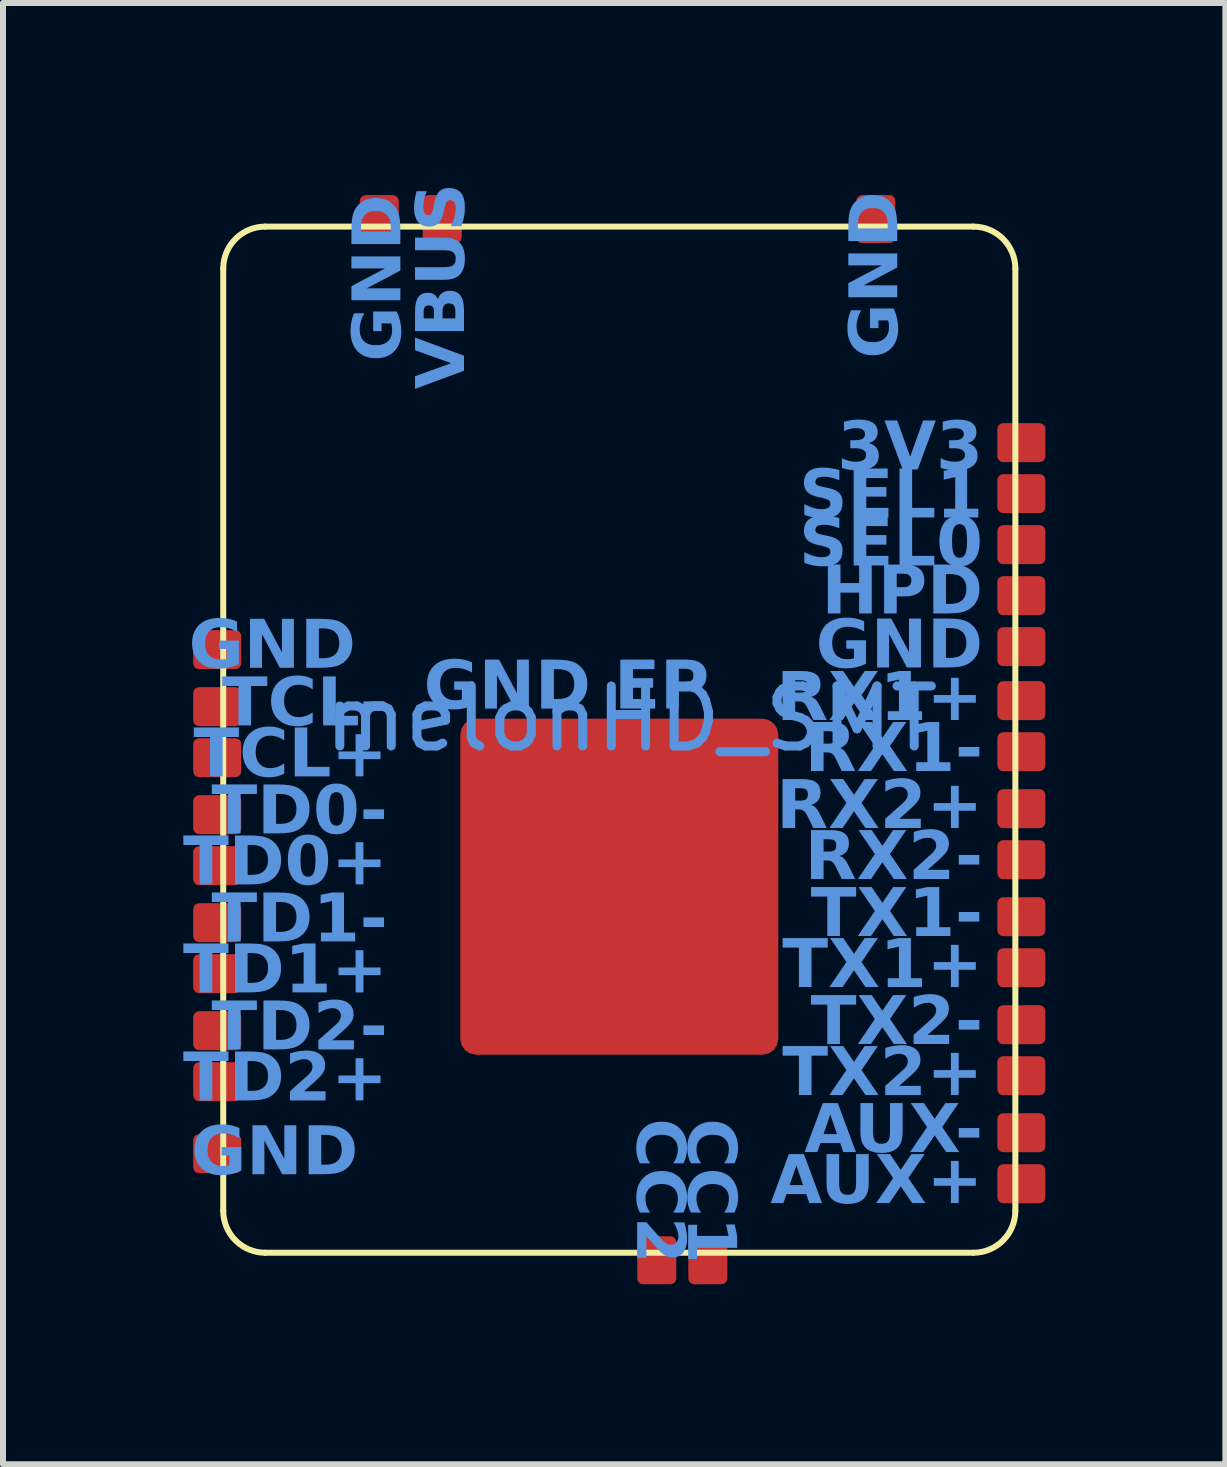
<source format=kicad_pcb>
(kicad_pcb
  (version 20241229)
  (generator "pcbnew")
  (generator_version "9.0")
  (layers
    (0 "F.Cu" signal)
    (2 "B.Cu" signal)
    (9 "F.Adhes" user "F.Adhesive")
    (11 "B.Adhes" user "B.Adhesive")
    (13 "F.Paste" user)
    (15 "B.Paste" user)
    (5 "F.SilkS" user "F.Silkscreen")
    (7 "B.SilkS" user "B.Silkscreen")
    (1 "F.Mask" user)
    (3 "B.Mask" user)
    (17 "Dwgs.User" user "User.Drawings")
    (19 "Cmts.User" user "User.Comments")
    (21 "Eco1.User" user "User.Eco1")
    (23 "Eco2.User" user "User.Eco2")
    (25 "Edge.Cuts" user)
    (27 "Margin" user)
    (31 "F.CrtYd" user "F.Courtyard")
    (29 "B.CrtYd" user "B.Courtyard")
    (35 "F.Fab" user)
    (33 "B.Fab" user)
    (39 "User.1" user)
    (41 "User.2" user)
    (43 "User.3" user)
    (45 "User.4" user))
  (footprint "melonHD_SMT"
    (layer "F.Cu")
    (at 7.47 9.426)
    (property "Reference" "melonHD_SMT" (at 0 -0.5 0) (unlocked yes) (layer "Cmts.User") (effects (font (size 1 1) (thickness 0.15))))
    (attr smd)
    (fp_line (start -6.8 7.7) (end -6.8 -8) (stroke (width 0.1) (type default)) (layer "F.SilkS"))
    (fp_line (start -6.1 -8.7) (end 5.7 -8.7) (stroke (width 0.1) (type default)) (layer "F.SilkS"))
    (fp_line (start 5.7 8.4) (end -6.1 8.4) (stroke (width 0.1) (type default)) (layer "F.SilkS"))
    (fp_line (start 6.4 -8) (end 6.4 7.7) (stroke (width 0.1) (type default)) (layer "F.SilkS"))
    (fp_arc (start -6.8 -8) (mid -6.594975 -8.494975) (end -6.1 -8.7) (stroke (width 0.1) (type default)) (layer "F.SilkS"))
    (fp_arc (start -6.1 8.4) (mid -6.594975 8.194975) (end -6.8 7.7) (stroke (width 0.1) (type default)) (layer "F.SilkS"))
    (fp_arc (start 5.7 -8.7) (mid 6.194975 -8.494975) (end 6.4 -8) (stroke (width 0.1) (type default)) (layer "F.SilkS"))
    (fp_arc (start 6.4 7.7) (mid 6.194975 8.194975) (end 5.7 8.4) (stroke (width 0.1) (type default)) (layer "F.SilkS"))
    (fp_text user "TD2-" (at -4.06 4.68 0) (unlocked yes) (layer "Cmts.User") (effects (font (face "AVHershey Duplex") (size 0.8 0.8) (thickness 0.2) (bold yes)) (justify right)))
    (fp_text user "RX2+" (at 5.86 0.99 0) (unlocked yes) (layer "Cmts.User") (effects (font (face "AVHershey Duplex") (size 0.8 0.8) (thickness 0.2) (bold yes)) (justify right)))
    (fp_text user "TX1+" (at 5.86 3.64 0) (unlocked yes) (layer "Cmts.User") (effects (font (face "AVHershey Duplex") (size 0.8 0.8) (thickness 0.2) (bold yes)) (justify right)))
    (fp_text user "TX2+" (at 5.86 5.44 0) (unlocked yes) (layer "Cmts.User") (effects (font (face "AVHershey Duplex") (size 0.8 0.8) (thickness 0.2) (bold yes)) (justify right)))
    (fp_text user "AUX-" (at 5.86 6.39 0) (unlocked yes) (layer "Cmts.User") (effects (font (face "AVHershey Duplex") (size 0.8 0.8) (thickness 0.2) (bold yes)) (justify right)))
    (fp_text user "TD0-" (at -4.06 1.08 0) (unlocked yes) (layer "Cmts.User") (effects (font (face "AVHershey Duplex") (size 0.8 0.8) (thickness 0.2) (bold yes)) (justify right)))
    (fp_text user "GND EP" (at 1.3 -1 0) (unlocked yes) (layer "Cmts.User") (effects (font (face "AVHershey Duplex") (size 0.8 0.8) (thickness 0.2) (bold yes)) (justify right)))
    (fp_text user "TD1+" (at -4.06 3.73 0) (unlocked yes) (layer "Cmts.User") (effects (font (face "AVHershey Duplex") (size 0.8 0.8) (thickness 0.2) (bold yes)) (justify right)))
    (fp_text user "SEL1" (at 5.86 -4.185 0) (unlocked yes) (layer "Cmts.User") (effects (font (face "AVHershey Duplex") (size 0.8 0.8) (thickness 0.2) (bold yes)) (justify right)))
    (fp_text user "TD2+" (at -4.06 5.53 0) (unlocked yes) (layer "Cmts.User") (effects (font (face "AVHershey Duplex") (size 0.8 0.8) (thickness 0.2) (bold yes)) (justify right)))
    (fp_text user "CC2" (at 0.43 6.16 270) (unlocked yes) (layer "Cmts.User") (effects (font (face "AVHershey Duplex") (size 0.8 0.8) (thickness 0.2) (bold yes)) (justify left)))
    (fp_text user "GND" (at -4.59 -1.68 0) (unlocked yes) (layer "Cmts.User") (effects (font (face "AVHershey Duplex") (size 0.8 0.8) (thickness 0.2) (bold yes)) (justify right)))
    (fp_text user "RX1-" (at 5.86 0.04 0) (unlocked yes) (layer "Cmts.User") (effects (font (face "AVHershey Duplex") (size 0.8 0.8) (thickness 0.2) (bold yes)) (justify right)))
    (fp_text user "GND" (at -4.18 -6.45 90) (unlocked yes) (layer "Cmts.User") (effects (font (face "AVHershey Duplex") (size 0.8 0.8) (thickness 0.2) (bold yes)) (justify left)))
    (fp_text user "RX2-" (at 5.86 1.84 0) (unlocked yes) (layer "Cmts.User") (effects (font (face "AVHershey Duplex") (size 0.8 0.8) (thickness 0.2) (bold yes)) (justify right)))
    (fp_text user "TCL+" (at -4.06 0.13 0) (unlocked yes) (layer "Cmts.User") (effects (font (face "AVHershey Duplex") (size 0.8 0.8) (thickness 0.2) (bold yes)) (justify right)))
    (fp_text user "TX1-" (at 5.86 2.79 0) (unlocked yes) (layer "Cmts.User") (effects (font (face "AVHershey Duplex") (size 0.8 0.8) (thickness 0.2) (bold yes)) (justify right)))
    (fp_text user "TD1-" (at -4.06 2.88 0) (unlocked yes) (layer "Cmts.User") (effects (font (face "AVHershey Duplex") (size 0.8 0.8) (thickness 0.2) (bold yes)) (justify right)))
    (fp_text user "VBUS" (at -3.12 -5.99 90) (unlocked yes) (layer "Cmts.User") (effects (font (face "AVHershey Duplex") (size 0.8 0.8) (thickness 0.2) (bold yes)) (justify left)))
    (fp_text user "AUX+" (at 5.86 7.24 0) (unlocked yes) (layer "Cmts.User") (effects (font (face "AVHershey Duplex") (size 0.8 0.8) (thickness 0.2) (bold yes)) (justify right)))
    (fp_text user "GND" (at 4.1 -6.5 90) (unlocked yes) (layer "Cmts.User") (effects (font (face "AVHershey Duplex") (size 0.8 0.8) (thickness 0.2) (bold yes)) (justify left)))
    (fp_text user "CC1" (at 1.28 6.16 270) (unlocked yes) (layer "Cmts.User") (effects (font (face "AVHershey Duplex") (size 0.8 0.8) (thickness 0.2) (bold yes)) (justify left)))
    (fp_text user "TCL-" (at -4.06 -0.72 0) (unlocked yes) (layer "Cmts.User") (effects (font (face "AVHershey Duplex") (size 0.8 0.8) (thickness 0.2) (bold yes)) (justify right)))
    (fp_text user "TD0+" (at -4.06 1.93 0) (unlocked yes) (layer "Cmts.User") (effects (font (face "AVHershey Duplex") (size 0.8 0.8) (thickness 0.2) (bold yes)) (justify right)))
    (fp_text user "GND" (at -4.55 6.76 0) (unlocked yes) (layer "Cmts.User") (effects (font (face "AVHershey Duplex") (size 0.8 0.8) (thickness 0.2) (bold yes)) (justify right)))
    (fp_text user "HPD" (at 5.86 -2.585 0) (unlocked yes) (layer "Cmts.User") (effects (font (face "AVHershey Duplex") (size 0.8 0.8) (thickness 0.2) (bold yes)) (justify right)))
    (fp_text user "RX1+" (at 5.86 -0.81 0) (unlocked yes) (layer "Cmts.User") (effects (font (face "AVHershey Duplex") (size 0.8 0.8) (thickness 0.2) (bold yes)) (justify right)))
    (fp_text user "GND" (at 5.86 -1.685 0) (unlocked yes) (layer "Cmts.User") (effects (font (face "AVHershey Duplex") (size 0.8 0.8) (thickness 0.2) (bold yes)) (justify right)))
    (fp_text user "SEL0" (at 5.86 -3.385 0) (unlocked yes) (layer "Cmts.User") (effects (font (face "AVHershey Duplex") (size 0.8 0.8) (thickness 0.2) (bold yes)) (justify right)))
    (fp_text user "TX2-" (at 5.86 4.59 0) (unlocked yes) (layer "Cmts.User") (effects (font (face "AVHershey Duplex") (size 0.8 0.8) (thickness 0.2) (bold yes)) (justify right)))
    (fp_text user "3V3" (at 5.86 -4.985 0) (unlocked yes) (layer "Cmts.User") (effects (font (face "AVHershey Duplex") (size 0.8 0.8) (thickness 0.2) (bold yes)) (justify right)))
    (pad "1" smd roundrect (at -3.15 -8.725 90) (size 0.8 0.65) (drill (offset 0.1 0)) (layers "F.Cu" "F.Mask" "F.Paste") (roundrect_rratio 0.15))
    (pad "2" smd roundrect (at -4.2 -8.725 90) (size 0.8 0.65) (drill (offset 0.1 0)) (layers "F.Cu" "F.Mask" "F.Paste") (roundrect_rratio 0.15))
    (pad "3" smd roundrect (at -6.8 -1.65 180) (size 0.8 0.65) (drill (offset 0.1 0)) (layers "F.Cu" "F.Mask" "F.Paste") (roundrect_rratio 0.15))
    (pad "4" smd roundrect (at -6.8 -0.7 180) (size 0.8 0.65) (drill (offset 0.1 0)) (layers "F.Cu" "F.Mask" "F.Paste") (roundrect_rratio 0.15))
    (pad "5" smd roundrect (at -6.8 0.15 180) (size 0.8 0.65) (drill (offset 0.1 0)) (layers "F.Cu" "F.Mask" "F.Paste") (roundrect_rratio 0.15))
    (pad "6" smd roundrect (at -6.8 1.1 180) (size 0.8 0.65) (drill (offset 0.1 0)) (layers "F.Cu" "F.Mask" "F.Paste") (roundrect_rratio 0.15))
    (pad "7" smd roundrect (at -6.8 1.95 180) (size 0.8 0.65) (drill (offset 0.1 0)) (layers "F.Cu" "F.Mask" "F.Paste") (roundrect_rratio 0.15))
    (pad "8" smd roundrect (at -6.8 2.9 180) (size 0.8 0.65) (drill (offset 0.1 0)) (layers "F.Cu" "F.Mask" "F.Paste") (roundrect_rratio 0.15))
    (pad "9" smd roundrect (at -6.8 3.75 180) (size 0.8 0.65) (drill (offset 0.1 0)) (layers "F.Cu" "F.Mask" "F.Paste") (roundrect_rratio 0.15))
    (pad "10" smd roundrect (at -6.8 4.7 180) (size 0.8 0.65) (drill (offset 0.1 0)) (layers "F.Cu" "F.Mask" "F.Paste") (roundrect_rratio 0.15))
    (pad "11" smd roundrect (at -6.8 5.55 180) (size 0.8 0.65) (drill (offset 0.1 0)) (layers "F.Cu" "F.Mask" "F.Paste") (roundrect_rratio 0.15))
    (pad "12" smd roundrect (at -6.8 6.75 180) (size 0.8 0.65) (drill (offset 0.1 0)) (layers "F.Cu" "F.Mask" "F.Paste") (roundrect_rratio 0.15))
    (pad "13" smd roundrect (at 0.425 8.425 270) (size 0.8 0.65) (drill (offset 0.1 0)) (layers "F.Cu" "F.Mask" "F.Paste") (roundrect_rratio 0.15))
    (pad "14" smd roundrect (at 1.275 8.425 270) (size 0.8 0.65) (drill (offset 0.1 0)) (layers "F.Cu" "F.Mask" "F.Paste") (roundrect_rratio 0.15))
    (pad "15" smd roundrect (at 6.4 7.25) (size 0.8 0.65) (drill (offset 0.1 0)) (layers "F.Cu" "F.Mask" "F.Paste") (roundrect_rratio 0.15))
    (pad "16" smd roundrect (at 6.4 6.4) (size 0.8 0.65) (drill (offset 0.1 0)) (layers "F.Cu" "F.Mask" "F.Paste") (roundrect_rratio 0.15))
    (pad "17" smd roundrect (at 6.4 5.45) (size 0.8 0.65) (drill (offset 0.1 0)) (layers "F.Cu" "F.Mask" "F.Paste") (roundrect_rratio 0.15))
    (pad "18" smd roundrect (at 6.4 4.6) (size 0.8 0.65) (drill (offset 0.1 0)) (layers "F.Cu" "F.Mask" "F.Paste") (roundrect_rratio 0.15))
    (pad "19" smd roundrect (at 6.4 3.65) (size 0.8 0.65) (drill (offset 0.1 0)) (layers "F.Cu" "F.Mask" "F.Paste") (roundrect_rratio 0.15))
    (pad "20" smd roundrect (at 6.4 2.8) (size 0.8 0.65) (drill (offset 0.1 0)) (layers "F.Cu" "F.Mask" "F.Paste") (roundrect_rratio 0.15))
    (pad "21" smd roundrect (at 6.4 1.85) (size 0.8 0.65) (drill (offset 0.1 0)) (layers "F.Cu" "F.Mask" "F.Paste") (roundrect_rratio 0.15))
    (pad "22" smd roundrect (at 6.4 1) (size 0.8 0.65) (drill (offset 0.1 0)) (layers "F.Cu" "F.Mask" "F.Paste") (roundrect_rratio 0.15))
    (pad "23" smd roundrect (at 6.4 0.05) (size 0.8 0.65) (drill (offset 0.1 0)) (layers "F.Cu" "F.Mask" "F.Paste") (roundrect_rratio 0.15))
    (pad "24" smd roundrect (at 6.4 -0.8) (size 0.8 0.65) (drill (offset 0.1 0)) (layers "F.Cu" "F.Mask" "F.Paste") (roundrect_rratio 0.15))
    (pad "25" smd roundrect (at 6.4 -1.7) (size 0.8 0.65) (drill (offset 0.1 0)) (layers "F.Cu" "F.Mask" "F.Paste") (roundrect_rratio 0.15))
    (pad "26" smd roundrect (at 6.4 -2.55) (size 0.8 0.65) (drill (offset 0.1 0)) (layers "F.Cu" "F.Mask" "F.Paste") (roundrect_rratio 0.15))
    (pad "27" smd roundrect (at 6.4 -3.4) (size 0.8 0.65) (drill (offset 0.1 0)) (layers "F.Cu" "F.Mask" "F.Paste") (roundrect_rratio 0.15))
    (pad "28" smd roundrect (at 6.4 -4.25) (size 0.8 0.65) (drill (offset 0.1 0)) (layers "F.Cu" "F.Mask" "F.Paste") (roundrect_rratio 0.15))
    (pad "29" smd roundrect (at 6.4 -5.1) (size 0.8 0.65) (drill (offset 0.1 0)) (layers "F.Cu" "F.Mask" "F.Paste") (roundrect_rratio 0.15))
    (pad "30" smd roundrect (at 4.075 -8.725 90) (size 0.8 0.65) (drill (offset 0.1 0)) (layers "F.Cu" "F.Mask" "F.Paste") (roundrect_rratio 0.15))
    (pad "31" smd roundrect (at -0.2 2.3) (size 5.3 5.6) (layers "F.Cu" "F.Mask" "F.Paste") (roundrect_rratio 0.05)))
  (gr_rect
    (start -3 -3)
    (end 17.37 21.351)
    (stroke (width 0.1) (type default))
    (fill no)
    (layer "Edge.Cuts")))
</source>
